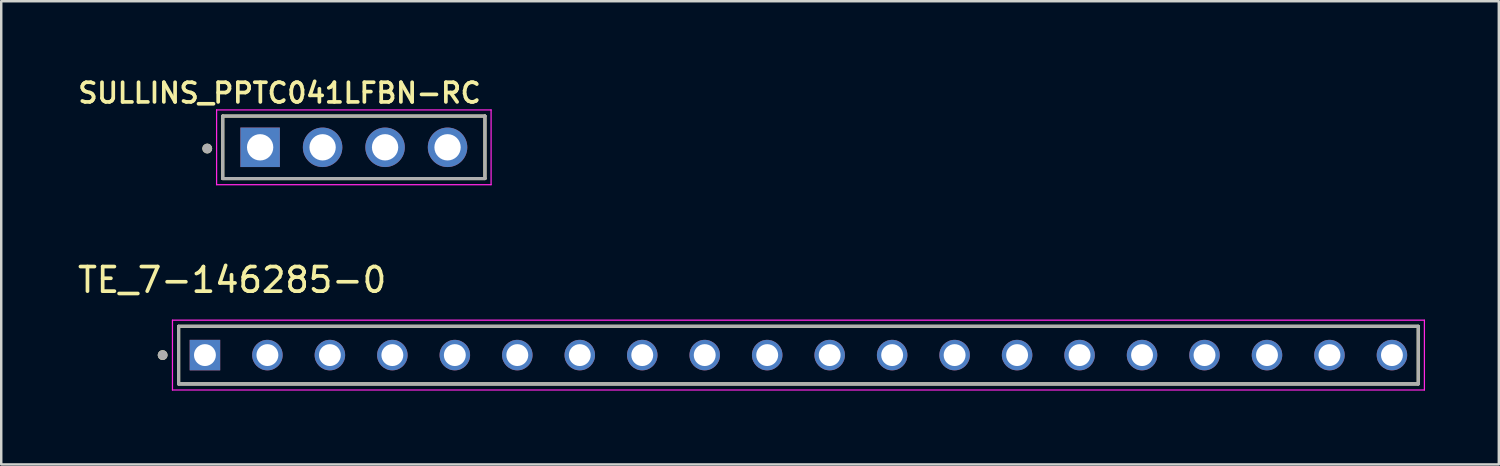
<source format=kicad_pcb>
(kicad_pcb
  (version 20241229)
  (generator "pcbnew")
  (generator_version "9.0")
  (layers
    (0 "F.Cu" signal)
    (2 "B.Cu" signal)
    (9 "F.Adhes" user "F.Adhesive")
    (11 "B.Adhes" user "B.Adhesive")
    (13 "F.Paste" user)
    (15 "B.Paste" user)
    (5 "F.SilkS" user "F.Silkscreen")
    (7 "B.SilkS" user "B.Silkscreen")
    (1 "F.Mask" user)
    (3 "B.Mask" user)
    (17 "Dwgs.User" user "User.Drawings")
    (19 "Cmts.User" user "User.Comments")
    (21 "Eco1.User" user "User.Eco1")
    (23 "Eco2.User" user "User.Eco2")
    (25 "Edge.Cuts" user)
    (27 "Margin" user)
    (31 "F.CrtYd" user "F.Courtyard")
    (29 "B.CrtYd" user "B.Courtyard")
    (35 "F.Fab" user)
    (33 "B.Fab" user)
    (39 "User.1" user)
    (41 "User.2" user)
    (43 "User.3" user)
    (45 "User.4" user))
  (footprint "SULLINS_PPTC041LFBN-RC"
    (layer "F.Cu")
    (at 11.336 2.939)
    (property "Reference" "SULLINS_PPTC041LFBN-RC" (at -3.02 -2.208 0) (layer "F.SilkS") (effects (font (size 0.8 0.8) (thickness 0.15))))
    (attr through_hole)
    (fp_line (start -5.33 -1.27) (end -5.33 1.27) (stroke (width 0.127) (type solid)) (layer "F.SilkS"))
    (fp_line (start -5.33 1.27) (end 5.33 1.27) (stroke (width 0.127) (type solid)) (layer "F.SilkS"))
    (fp_line (start 5.33 -1.27) (end -5.33 -1.27) (stroke (width 0.127) (type solid)) (layer "F.SilkS"))
    (fp_line (start 5.33 1.27) (end 5.33 -1.27) (stroke (width 0.127) (type solid)) (layer "F.SilkS"))
    (fp_circle (center -5.96 0.05) (end -5.86 0.05) (stroke (width 0.2) (type solid)) (fill no) (layer "F.SilkS"))
    (fp_line (start -5.58 -1.52) (end -5.58 1.52) (stroke (width 0.05) (type solid)) (layer "F.CrtYd"))
    (fp_line (start -5.58 1.52) (end 5.58 1.52) (stroke (width 0.05) (type solid)) (layer "F.CrtYd"))
    (fp_line (start 5.58 -1.52) (end -5.58 -1.52) (stroke (width 0.05) (type solid)) (layer "F.CrtYd"))
    (fp_line (start 5.58 1.52) (end 5.58 -1.52) (stroke (width 0.05) (type solid)) (layer "F.CrtYd"))
    (fp_line (start -5.33 -1.27) (end -5.33 1.27) (stroke (width 0.127) (type solid)) (layer "F.Fab"))
    (fp_line (start -5.33 1.27) (end 5.33 1.27) (stroke (width 0.127) (type solid)) (layer "F.Fab"))
    (fp_line (start 5.33 -1.27) (end -5.33 -1.27) (stroke (width 0.127) (type solid)) (layer "F.Fab"))
    (fp_line (start 5.33 1.27) (end 5.33 -1.27) (stroke (width 0.127) (type solid)) (layer "F.Fab"))
    (fp_circle (center -5.96 0.05) (end -5.86 0.05) (stroke (width 0.2) (type solid)) (fill no) (layer "F.Fab"))
    (pad "1" thru_hole rect (at -3.81 0) (size 1.605 1.605) (drill 1.07) (layers "*.Cu" "*.Mask"))
    (pad "2" thru_hole circle (at -1.27 0) (size 1.605 1.605) (drill 1.07) (layers "*.Cu" "*.Mask"))
    (pad "3" thru_hole circle (at 1.27 0) (size 1.605 1.605) (drill 1.07) (layers "*.Cu" "*.Mask"))
    (pad "4" thru_hole circle (at 3.81 0) (size 1.605 1.605) (drill 1.07) (layers "*.Cu" "*.Mask")))
  (footprint "TE_7-146285-0"
    (layer "F.Cu")
    (at 5.282 11.387)
    (property "Reference" "TE_7-146285-0" (at 1.105 -3.055 0) (layer "F.SilkS") (effects (font (size 1 1) (thickness 0.15))))
    (attr through_hole)
    (fp_line (start -1.07 1.17) (end -1.07 -1.17) (stroke (width 0.127) (type solid)) (layer "F.SilkS"))
    (fp_line (start 49.33 -1.17) (end -1.07 -1.17) (stroke (width 0.127) (type solid)) (layer "F.SilkS"))
    (fp_line (start 49.33 -1.17) (end 49.33 1.17) (stroke (width 0.127) (type solid)) (layer "F.SilkS"))
    (fp_line (start 49.33 1.17) (end -1.07 1.17) (stroke (width 0.127) (type solid)) (layer "F.SilkS"))
    (fp_circle (center -1.72 0) (end -1.62 0) (stroke (width 0.2) (type solid)) (fill no) (layer "F.SilkS"))
    (fp_line (start -1.32 -1.42) (end 49.58 -1.42) (stroke (width 0.05) (type solid)) (layer "F.CrtYd"))
    (fp_line (start -1.32 1.42) (end -1.32 -1.42) (stroke (width 0.05) (type solid)) (layer "F.CrtYd"))
    (fp_line (start 49.58 -1.42) (end 49.58 1.42) (stroke (width 0.05) (type solid)) (layer "F.CrtYd"))
    (fp_line (start 49.58 1.42) (end -1.32 1.42) (stroke (width 0.05) (type solid)) (layer "F.CrtYd"))
    (fp_line (start -1.07 -1.17) (end 49.33 -1.17) (stroke (width 0.127) (type solid)) (layer "F.Fab"))
    (fp_line (start -1.07 1.17) (end -1.07 -1.17) (stroke (width 0.127) (type solid)) (layer "F.Fab"))
    (fp_line (start -1.07 1.17) (end -1.07 1.17) (stroke (width 0.127) (type solid)) (layer "F.Fab"))
    (fp_line (start -1.07 1.17) (end 49.33 1.17) (stroke (width 0.127) (type solid)) (layer "F.Fab"))
    (fp_line (start 49.33 -1.17) (end 49.33 1.17) (stroke (width 0.127) (type solid)) (layer "F.Fab"))
    (fp_line (start 49.33 1.17) (end -1.07 1.17) (stroke (width 0.127) (type solid)) (layer "F.Fab"))
    (fp_line (start 49.33 1.17) (end 49.33 1.17) (stroke (width 0.127) (type solid)) (layer "F.Fab"))
    (fp_circle (center -1.72 0) (end -1.62 0) (stroke (width 0.2) (type solid)) (fill no) (layer "F.Fab"))
    (pad "1" thru_hole rect (at 0 0) (size 1.24 1.24) (drill 0.89) (layers "*.Cu" "*.Mask"))
    (pad "2" thru_hole circle (at 2.54 0) (size 1.24 1.24) (drill 0.89) (layers "*.Cu" "*.Mask"))
    (pad "3" thru_hole circle (at 5.08 0) (size 1.24 1.24) (drill 0.89) (layers "*.Cu" "*.Mask"))
    (pad "4" thru_hole circle (at 7.62 0) (size 1.24 1.24) (drill 0.89) (layers "*.Cu" "*.Mask"))
    (pad "5" thru_hole circle (at 10.16 0) (size 1.24 1.24) (drill 0.89) (layers "*.Cu" "*.Mask"))
    (pad "6" thru_hole circle (at 12.7 0) (size 1.24 1.24) (drill 0.89) (layers "*.Cu" "*.Mask"))
    (pad "7" thru_hole circle (at 15.24 0) (size 1.24 1.24) (drill 0.89) (layers "*.Cu" "*.Mask"))
    (pad "8" thru_hole circle (at 17.78 0) (size 1.24 1.24) (drill 0.89) (layers "*.Cu" "*.Mask"))
    (pad "9" thru_hole circle (at 20.32 0) (size 1.24 1.24) (drill 0.89) (layers "*.Cu" "*.Mask"))
    (pad "10" thru_hole circle (at 22.86 0) (size 1.24 1.24) (drill 0.89) (layers "*.Cu" "*.Mask"))
    (pad "11" thru_hole circle (at 25.4 0) (size 1.24 1.24) (drill 0.89) (layers "*.Cu" "*.Mask"))
    (pad "12" thru_hole circle (at 27.94 0) (size 1.24 1.24) (drill 0.89) (layers "*.Cu" "*.Mask"))
    (pad "13" thru_hole circle (at 30.48 0) (size 1.24 1.24) (drill 0.89) (layers "*.Cu" "*.Mask"))
    (pad "14" thru_hole circle (at 33.02 0) (size 1.24 1.24) (drill 0.89) (layers "*.Cu" "*.Mask"))
    (pad "15" thru_hole circle (at 35.56 0) (size 1.24 1.24) (drill 0.89) (layers "*.Cu" "*.Mask"))
    (pad "16" thru_hole circle (at 38.1 0) (size 1.24 1.24) (drill 0.89) (layers "*.Cu" "*.Mask"))
    (pad "17" thru_hole circle (at 40.64 0) (size 1.24 1.24) (drill 0.89) (layers "*.Cu" "*.Mask"))
    (pad "18" thru_hole circle (at 43.18 0) (size 1.24 1.24) (drill 0.89) (layers "*.Cu" "*.Mask"))
    (pad "19" thru_hole circle (at 45.72 0) (size 1.24 1.24) (drill 0.89) (layers "*.Cu" "*.Mask"))
    (pad "20" thru_hole circle (at 48.26 0) (size 1.24 1.24) (drill 0.89) (layers "*.Cu" "*.Mask")))
  (gr_rect
    (start -3 -3)
    (end 57.887 15.832)
    (stroke (width 0.1) (type default))
    (fill no)
    (layer "Edge.Cuts")))
</source>
